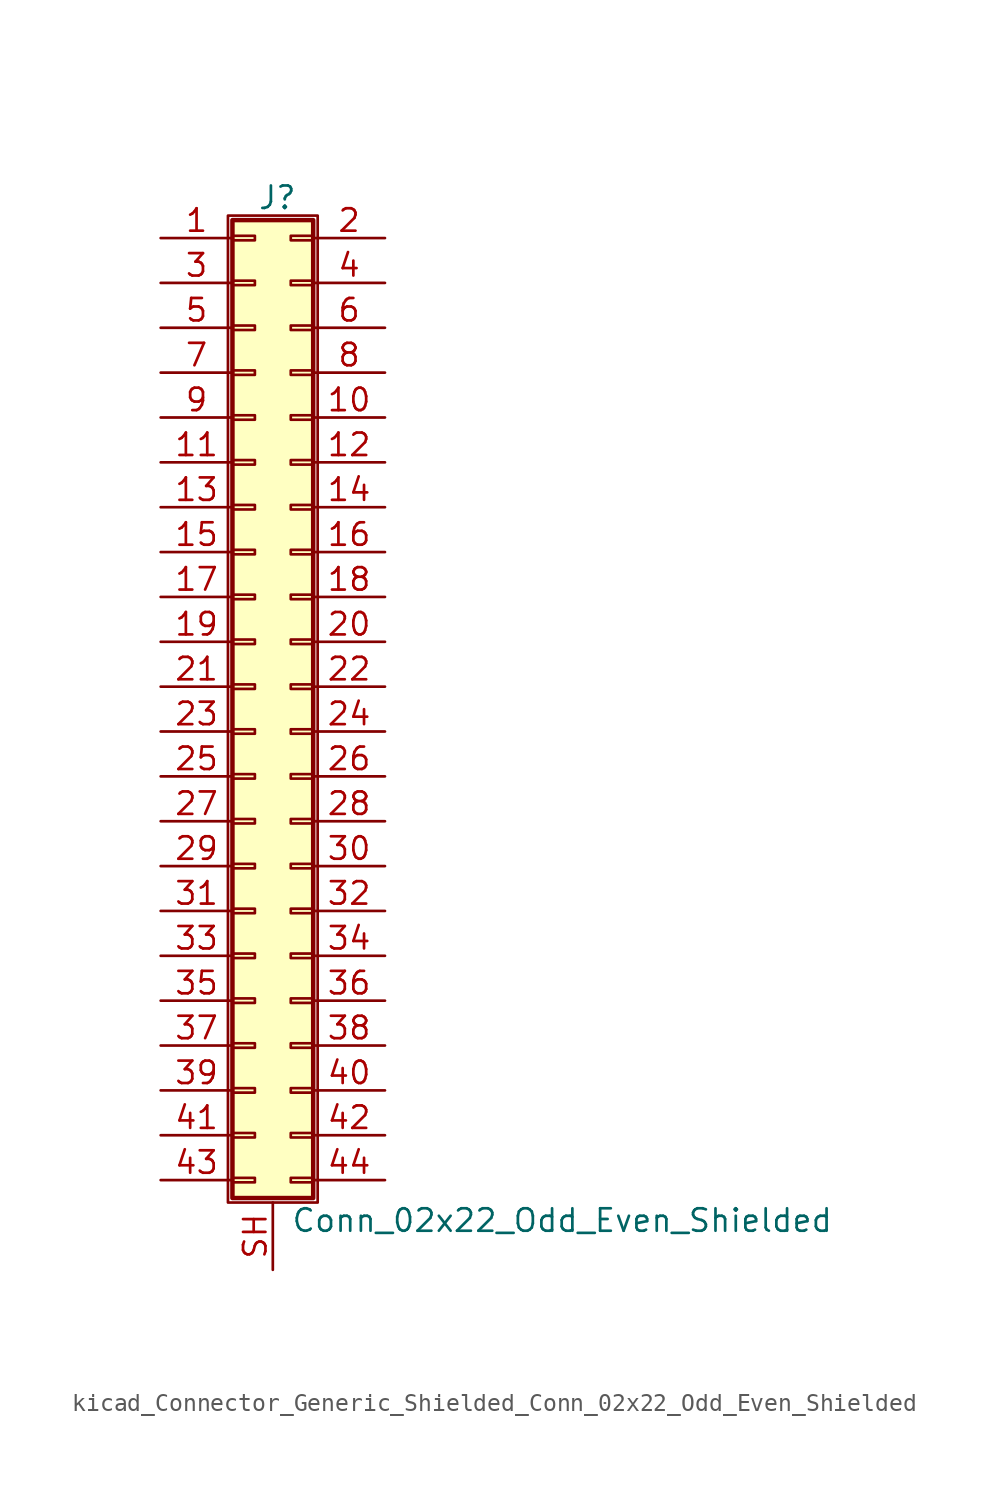
<source format=kicad_sym>
(kicad_symbol_lib
  (version 20220914)
  (generator kicad_symbol_editor)
  (symbol "kicad_Connector_Generic_Shielded_Conn_02x22_Odd_Even_Shielded"
    (pin_names
      (offset 1.016) hide)
    (property "Reference" "J"
      (at 1.524 27.686 0)
      (effects (font (size 1.27 1.27))))
    (property "Value" "Conn_02x22_Odd_Even_Shielded"
      (at 2.286 -30.226 0)
      (effects (font (size 1.27 1.27)) (justify left)))
    (symbol "kicad_Connector_Generic_Shielded_Conn_02x22_Odd_Even_Shielded_1_1"
      (rectangle (start -1.27 26.67) (end 3.81 -29.21) (stroke (width 0.152) (type default)) (fill (type none)))
      (rectangle (start -1.016 -27.813) (end 0.254 -28.067) (stroke (width 0.152) (type default)) (fill (type none)))
      (rectangle (start -1.016 -25.273) (end 0.254 -25.527) (stroke (width 0.152) (type default)) (fill (type none)))
      (rectangle (start -1.016 -22.733) (end 0.254 -22.987) (stroke (width 0.152) (type default)) (fill (type none)))
      (rectangle (start -1.016 -20.193) (end 0.254 -20.447) (stroke (width 0.152) (type default)) (fill (type none)))
      (rectangle (start -1.016 -17.653) (end 0.254 -17.907) (stroke (width 0.152) (type default)) (fill (type none)))
      (rectangle (start -1.016 -15.113) (end 0.254 -15.367) (stroke (width 0.152) (type default)) (fill (type none)))
      (rectangle (start -1.016 -12.573) (end 0.254 -12.827) (stroke (width 0.152) (type default)) (fill (type none)))
      (rectangle (start -1.016 -10.033) (end 0.254 -10.287) (stroke (width 0.152) (type default)) (fill (type none)))
      (rectangle (start -1.016 -7.493) (end 0.254 -7.747) (stroke (width 0.152) (type default)) (fill (type none)))
      (rectangle (start -1.016 -4.953) (end 0.254 -5.207) (stroke (width 0.152) (type default)) (fill (type none)))
      (rectangle (start -1.016 -2.413) (end 0.254 -2.667) (stroke (width 0.152) (type default)) (fill (type none)))
      (rectangle (start -1.016 0.127) (end 0.254 -0.127) (stroke (width 0.152) (type default)) (fill (type none)))
      (rectangle (start -1.016 2.667) (end 0.254 2.413) (stroke (width 0.152) (type default)) (fill (type none)))
      (rectangle (start -1.016 5.207) (end 0.254 4.953) (stroke (width 0.152) (type default)) (fill (type none)))
      (rectangle (start -1.016 7.747) (end 0.254 7.493) (stroke (width 0.152) (type default)) (fill (type none)))
      (rectangle (start -1.016 10.287) (end 0.254 10.033) (stroke (width 0.152) (type default)) (fill (type none)))
      (rectangle (start -1.016 12.827) (end 0.254 12.573) (stroke (width 0.152) (type default)) (fill (type none)))
      (rectangle (start -1.016 15.367) (end 0.254 15.113) (stroke (width 0.152) (type default)) (fill (type none)))
      (rectangle (start -1.016 17.907) (end 0.254 17.653) (stroke (width 0.152) (type default)) (fill (type none)))
      (rectangle (start -1.016 20.447) (end 0.254 20.193) (stroke (width 0.152) (type default)) (fill (type none)))
      (rectangle (start -1.016 22.987) (end 0.254 22.733) (stroke (width 0.152) (type default)) (fill (type none)))
      (rectangle (start -1.016 25.527) (end 0.254 25.273) (stroke (width 0.152) (type default)) (fill (type none)))
      (rectangle (start -1.016 26.416) (end 3.556 -28.956) (stroke (width 0.254) (type default)) (fill (type background)))
      (rectangle (start 3.556 -27.813) (end 2.286 -28.067) (stroke (width 0.152) (type default)) (fill (type none)))
      (rectangle (start 3.556 -25.273) (end 2.286 -25.527) (stroke (width 0.152) (type default)) (fill (type none)))
      (rectangle (start 3.556 -22.733) (end 2.286 -22.987) (stroke (width 0.152) (type default)) (fill (type none)))
      (rectangle (start 3.556 -20.193) (end 2.286 -20.447) (stroke (width 0.152) (type default)) (fill (type none)))
      (rectangle (start 3.556 -17.653) (end 2.286 -17.907) (stroke (width 0.152) (type default)) (fill (type none)))
      (rectangle (start 3.556 -15.113) (end 2.286 -15.367) (stroke (width 0.152) (type default)) (fill (type none)))
      (rectangle (start 3.556 -12.573) (end 2.286 -12.827) (stroke (width 0.152) (type default)) (fill (type none)))
      (rectangle (start 3.556 -10.033) (end 2.286 -10.287) (stroke (width 0.152) (type default)) (fill (type none)))
      (rectangle (start 3.556 -7.493) (end 2.286 -7.747) (stroke (width 0.152) (type default)) (fill (type none)))
      (rectangle (start 3.556 -4.953) (end 2.286 -5.207) (stroke (width 0.152) (type default)) (fill (type none)))
      (rectangle (start 3.556 -2.413) (end 2.286 -2.667) (stroke (width 0.152) (type default)) (fill (type none)))
      (rectangle (start 3.556 0.127) (end 2.286 -0.127) (stroke (width 0.152) (type default)) (fill (type none)))
      (rectangle (start 3.556 2.667) (end 2.286 2.413) (stroke (width 0.152) (type default)) (fill (type none)))
      (rectangle (start 3.556 5.207) (end 2.286 4.953) (stroke (width 0.152) (type default)) (fill (type none)))
      (rectangle (start 3.556 7.747) (end 2.286 7.493) (stroke (width 0.152) (type default)) (fill (type none)))
      (rectangle (start 3.556 10.287) (end 2.286 10.033) (stroke (width 0.152) (type default)) (fill (type none)))
      (rectangle (start 3.556 12.827) (end 2.286 12.573) (stroke (width 0.152) (type default)) (fill (type none)))
      (rectangle (start 3.556 15.367) (end 2.286 15.113) (stroke (width 0.152) (type default)) (fill (type none)))
      (rectangle (start 3.556 17.907) (end 2.286 17.653) (stroke (width 0.152) (type default)) (fill (type none)))
      (rectangle (start 3.556 20.447) (end 2.286 20.193) (stroke (width 0.152) (type default)) (fill (type none)))
      (rectangle (start 3.556 22.987) (end 2.286 22.733) (stroke (width 0.152) (type default)) (fill (type none)))
      (rectangle (start 3.556 25.527) (end 2.286 25.273) (stroke (width 0.152) (type default)) (fill (type none)))
      (pin passive line (at -5.08 25.4 0) (length 4.064) (name "Pin_1" (effects (font (size 1.27 1.27)))) (number "1" (effects (font (size 1.27 1.27)))))
      (pin passive line (at 7.62 15.24 180) (length 4.064) (name "Pin_10" (effects (font (size 1.27 1.27)))) (number "10" (effects (font (size 1.27 1.27)))))
      (pin passive line (at -5.08 12.7 0) (length 4.064) (name "Pin_11" (effects (font (size 1.27 1.27)))) (number "11" (effects (font (size 1.27 1.27)))))
      (pin passive line (at 7.62 12.7 180) (length 4.064) (name "Pin_12" (effects (font (size 1.27 1.27)))) (number "12" (effects (font (size 1.27 1.27)))))
      (pin passive line (at -5.08 10.16 0) (length 4.064) (name "Pin_13" (effects (font (size 1.27 1.27)))) (number "13" (effects (font (size 1.27 1.27)))))
      (pin passive line (at 7.62 10.16 180) (length 4.064) (name "Pin_14" (effects (font (size 1.27 1.27)))) (number "14" (effects (font (size 1.27 1.27)))))
      (pin passive line (at -5.08 7.62 0) (length 4.064) (name "Pin_15" (effects (font (size 1.27 1.27)))) (number "15" (effects (font (size 1.27 1.27)))))
      (pin passive line (at 7.62 7.62 180) (length 4.064) (name "Pin_16" (effects (font (size 1.27 1.27)))) (number "16" (effects (font (size 1.27 1.27)))))
      (pin passive line (at -5.08 5.08 0) (length 4.064) (name "Pin_17" (effects (font (size 1.27 1.27)))) (number "17" (effects (font (size 1.27 1.27)))))
      (pin passive line (at 7.62 5.08 180) (length 4.064) (name "Pin_18" (effects (font (size 1.27 1.27)))) (number "18" (effects (font (size 1.27 1.27)))))
      (pin passive line (at -5.08 2.54 0) (length 4.064) (name "Pin_19" (effects (font (size 1.27 1.27)))) (number "19" (effects (font (size 1.27 1.27)))))
      (pin passive line (at 7.62 25.4 180) (length 4.064) (name "Pin_2" (effects (font (size 1.27 1.27)))) (number "2" (effects (font (size 1.27 1.27)))))
      (pin passive line (at 7.62 2.54 180) (length 4.064) (name "Pin_20" (effects (font (size 1.27 1.27)))) (number "20" (effects (font (size 1.27 1.27)))))
      (pin passive line (at -5.08 0 0) (length 4.064) (name "Pin_21" (effects (font (size 1.27 1.27)))) (number "21" (effects (font (size 1.27 1.27)))))
      (pin passive line (at 7.62 0 180) (length 4.064) (name "Pin_22" (effects (font (size 1.27 1.27)))) (number "22" (effects (font (size 1.27 1.27)))))
      (pin passive line (at -5.08 -2.54 0) (length 4.064) (name "Pin_23" (effects (font (size 1.27 1.27)))) (number "23" (effects (font (size 1.27 1.27)))))
      (pin passive line (at 7.62 -2.54 180) (length 4.064) (name "Pin_24" (effects (font (size 1.27 1.27)))) (number "24" (effects (font (size 1.27 1.27)))))
      (pin passive line (at -5.08 -5.08 0) (length 4.064) (name "Pin_25" (effects (font (size 1.27 1.27)))) (number "25" (effects (font (size 1.27 1.27)))))
      (pin passive line (at 7.62 -5.08 180) (length 4.064) (name "Pin_26" (effects (font (size 1.27 1.27)))) (number "26" (effects (font (size 1.27 1.27)))))
      (pin passive line (at -5.08 -7.62 0) (length 4.064) (name "Pin_27" (effects (font (size 1.27 1.27)))) (number "27" (effects (font (size 1.27 1.27)))))
      (pin passive line (at 7.62 -7.62 180) (length 4.064) (name "Pin_28" (effects (font (size 1.27 1.27)))) (number "28" (effects (font (size 1.27 1.27)))))
      (pin passive line (at -5.08 -10.16 0) (length 4.064) (name "Pin_29" (effects (font (size 1.27 1.27)))) (number "29" (effects (font (size 1.27 1.27)))))
      (pin passive line (at -5.08 22.86 0) (length 4.064) (name "Pin_3" (effects (font (size 1.27 1.27)))) (number "3" (effects (font (size 1.27 1.27)))))
      (pin passive line (at 7.62 -10.16 180) (length 4.064) (name "Pin_30" (effects (font (size 1.27 1.27)))) (number "30" (effects (font (size 1.27 1.27)))))
      (pin passive line (at -5.08 -12.7 0) (length 4.064) (name "Pin_31" (effects (font (size 1.27 1.27)))) (number "31" (effects (font (size 1.27 1.27)))))
      (pin passive line (at 7.62 -12.7 180) (length 4.064) (name "Pin_32" (effects (font (size 1.27 1.27)))) (number "32" (effects (font (size 1.27 1.27)))))
      (pin passive line (at -5.08 -15.24 0) (length 4.064) (name "Pin_33" (effects (font (size 1.27 1.27)))) (number "33" (effects (font (size 1.27 1.27)))))
      (pin passive line (at 7.62 -15.24 180) (length 4.064) (name "Pin_34" (effects (font (size 1.27 1.27)))) (number "34" (effects (font (size 1.27 1.27)))))
      (pin passive line (at -5.08 -17.78 0) (length 4.064) (name "Pin_35" (effects (font (size 1.27 1.27)))) (number "35" (effects (font (size 1.27 1.27)))))
      (pin passive line (at 7.62 -17.78 180) (length 4.064) (name "Pin_36" (effects (font (size 1.27 1.27)))) (number "36" (effects (font (size 1.27 1.27)))))
      (pin passive line (at -5.08 -20.32 0) (length 4.064) (name "Pin_37" (effects (font (size 1.27 1.27)))) (number "37" (effects (font (size 1.27 1.27)))))
      (pin passive line (at 7.62 -20.32 180) (length 4.064) (name "Pin_38" (effects (font (size 1.27 1.27)))) (number "38" (effects (font (size 1.27 1.27)))))
      (pin passive line (at -5.08 -22.86 0) (length 4.064) (name "Pin_39" (effects (font (size 1.27 1.27)))) (number "39" (effects (font (size 1.27 1.27)))))
      (pin passive line (at 7.62 22.86 180) (length 4.064) (name "Pin_4" (effects (font (size 1.27 1.27)))) (number "4" (effects (font (size 1.27 1.27)))))
      (pin passive line (at 7.62 -22.86 180) (length 4.064) (name "Pin_40" (effects (font (size 1.27 1.27)))) (number "40" (effects (font (size 1.27 1.27)))))
      (pin passive line (at -5.08 -25.4 0) (length 4.064) (name "Pin_41" (effects (font (size 1.27 1.27)))) (number "41" (effects (font (size 1.27 1.27)))))
      (pin passive line (at 7.62 -25.4 180) (length 4.064) (name "Pin_42" (effects (font (size 1.27 1.27)))) (number "42" (effects (font (size 1.27 1.27)))))
      (pin passive line (at -5.08 -27.94 0) (length 4.064) (name "Pin_43" (effects (font (size 1.27 1.27)))) (number "43" (effects (font (size 1.27 1.27)))))
      (pin passive line (at 7.62 -27.94 180) (length 4.064) (name "Pin_44" (effects (font (size 1.27 1.27)))) (number "44" (effects (font (size 1.27 1.27)))))
      (pin passive line (at -5.08 20.32 0) (length 4.064) (name "Pin_5" (effects (font (size 1.27 1.27)))) (number "5" (effects (font (size 1.27 1.27)))))
      (pin passive line (at 7.62 20.32 180) (length 4.064) (name "Pin_6" (effects (font (size 1.27 1.27)))) (number "6" (effects (font (size 1.27 1.27)))))
      (pin passive line (at -5.08 17.78 0) (length 4.064) (name "Pin_7" (effects (font (size 1.27 1.27)))) (number "7" (effects (font (size 1.27 1.27)))))
      (pin passive line (at 7.62 17.78 180) (length 4.064) (name "Pin_8" (effects (font (size 1.27 1.27)))) (number "8" (effects (font (size 1.27 1.27)))))
      (pin passive line (at -5.08 15.24 0) (length 4.064) (name "Pin_9" (effects (font (size 1.27 1.27)))) (number "9" (effects (font (size 1.27 1.27)))))
      (pin passive line (at 1.27 -33.02 90) (length 3.81) (name "Shield" (effects (font (size 1.27 1.27)))) (number "SH" (effects (font (size 1.27 1.27))))))))
</source>
